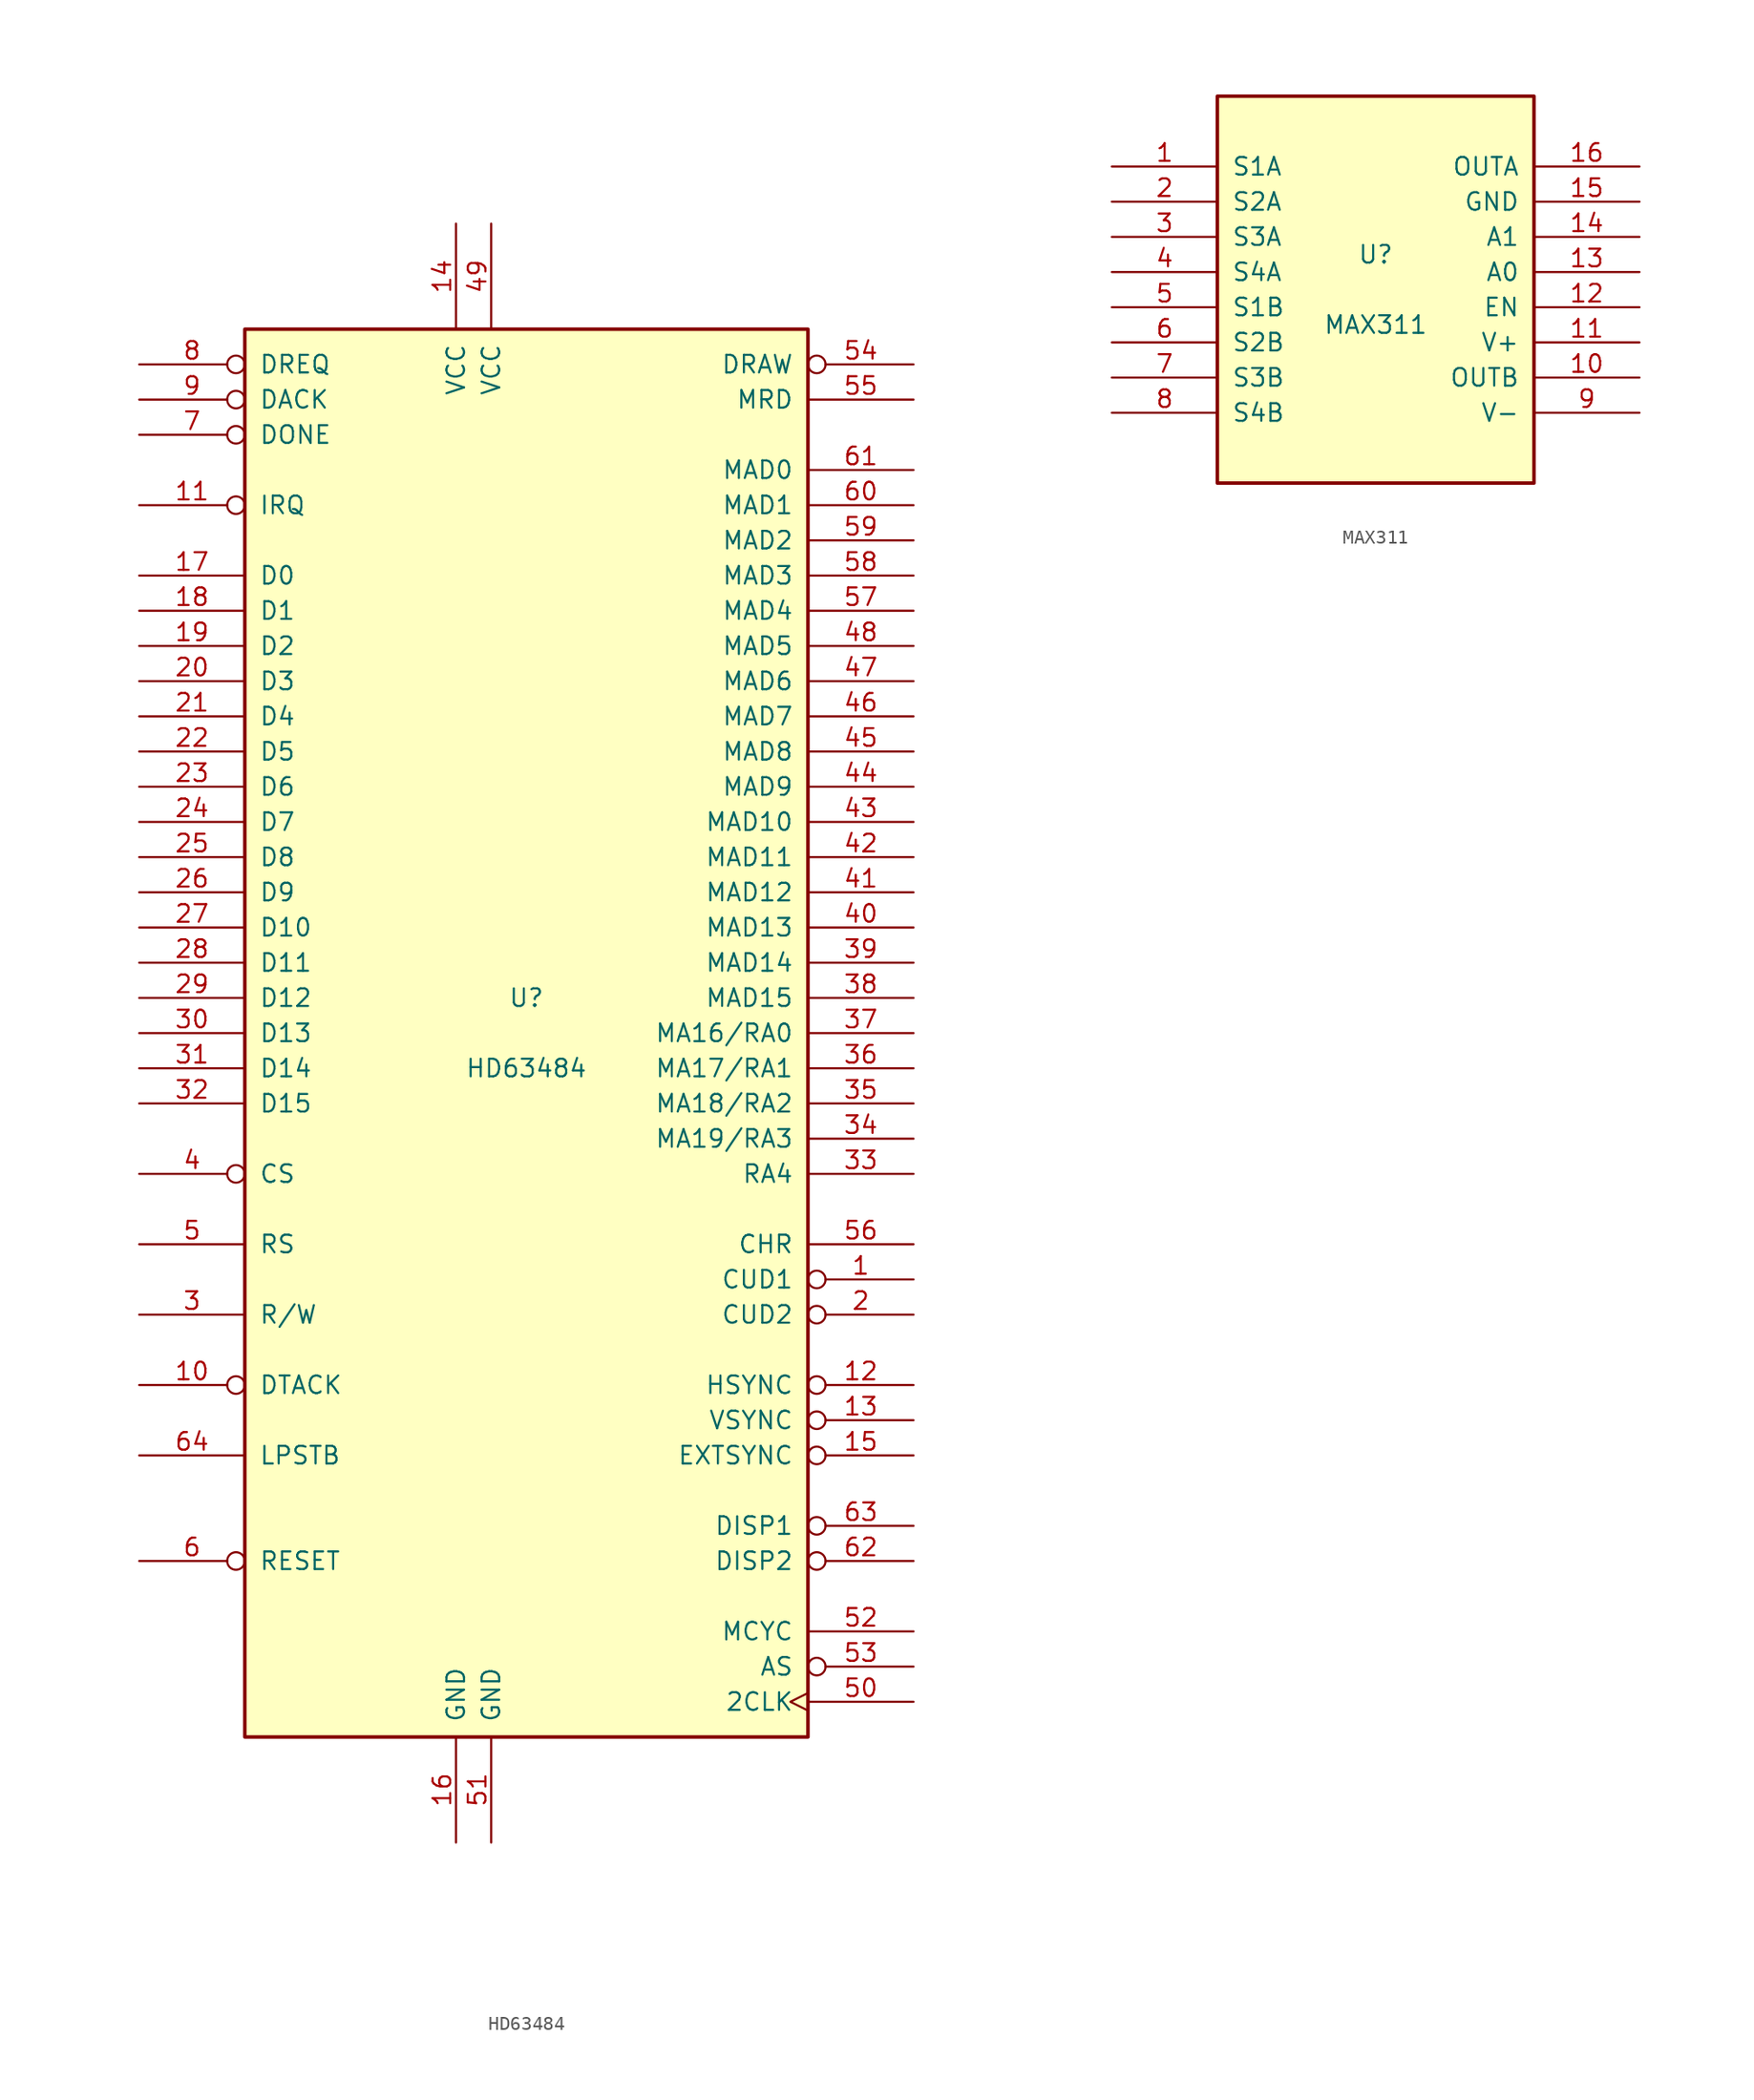
<source format=kicad_sym>
(kicad_symbol_lib
  (version 20201005)
  (generator kicad_symbol_editor)
  (symbol "HD63484"
    (pin_names
      (offset 1.016))
    (property "Reference" "U"
      (at 0 2.54 0)
      (effects (font (size 1.27 1.27))))
    (property "Value" "HD63484"
      (at 0 -2.54 0)
      (effects (font (size 1.27 1.27))))
    (symbol "HD63484_0_1"
      (rectangle (start -20.32 -50.8) (end 20.32 50.8) (stroke (width 0.254)) (fill (type background))))
    (symbol "HD63484_1_1"
      (pin output inverted (at 27.94 -17.78 180) (length 7.62) (name "CUD1" (effects (font (size 1.27 1.27)))) (number "1" (effects (font (size 1.27 1.27)))))
      (pin output inverted (at -27.94 -25.4 0) (length 7.62) (name "DTACK" (effects (font (size 1.27 1.27)))) (number "10" (effects (font (size 1.27 1.27)))))
      (pin output inverted (at -27.94 38.1 0) (length 7.62) (name "IRQ" (effects (font (size 1.27 1.27)))) (number "11" (effects (font (size 1.27 1.27)))))
      (pin output inverted (at 27.94 -25.4 180) (length 7.62) (name "HSYNC" (effects (font (size 1.27 1.27)))) (number "12" (effects (font (size 1.27 1.27)))))
      (pin output inverted (at 27.94 -27.94 180) (length 7.62) (name "VSYNC" (effects (font (size 1.27 1.27)))) (number "13" (effects (font (size 1.27 1.27)))))
      (pin input line (at -5.08 58.42 270) (length 7.62) (name "VCC" (effects (font (size 1.27 1.27)))) (number "14" (effects (font (size 1.27 1.27)))))
      (pin input inverted (at 27.94 -30.48 180) (length 7.62) (name "EXTSYNC" (effects (font (size 1.27 1.27)))) (number "15" (effects (font (size 1.27 1.27)))))
      (pin input line (at -5.08 -58.42 90) (length 7.62) (name "GND" (effects (font (size 1.27 1.27)))) (number "16" (effects (font (size 1.27 1.27)))))
      (pin tri_state line (at -27.94 33.02 0) (length 7.62) (name "D0" (effects (font (size 1.27 1.27)))) (number "17" (effects (font (size 1.27 1.27)))))
      (pin tri_state line (at -27.94 30.48 0) (length 7.62) (name "D1" (effects (font (size 1.27 1.27)))) (number "18" (effects (font (size 1.27 1.27)))))
      (pin tri_state line (at -27.94 27.94 0) (length 7.62) (name "D2" (effects (font (size 1.27 1.27)))) (number "19" (effects (font (size 1.27 1.27)))))
      (pin output inverted (at 27.94 -20.32 180) (length 7.62) (name "CUD2" (effects (font (size 1.27 1.27)))) (number "2" (effects (font (size 1.27 1.27)))))
      (pin tri_state line (at -27.94 25.4 0) (length 7.62) (name "D3" (effects (font (size 1.27 1.27)))) (number "20" (effects (font (size 1.27 1.27)))))
      (pin tri_state line (at -27.94 22.86 0) (length 7.62) (name "D4" (effects (font (size 1.27 1.27)))) (number "21" (effects (font (size 1.27 1.27)))))
      (pin tri_state line (at -27.94 20.32 0) (length 7.62) (name "D5" (effects (font (size 1.27 1.27)))) (number "22" (effects (font (size 1.27 1.27)))))
      (pin tri_state line (at -27.94 17.78 0) (length 7.62) (name "D6" (effects (font (size 1.27 1.27)))) (number "23" (effects (font (size 1.27 1.27)))))
      (pin tri_state line (at -27.94 15.24 0) (length 7.62) (name "D7" (effects (font (size 1.27 1.27)))) (number "24" (effects (font (size 1.27 1.27)))))
      (pin tri_state line (at -27.94 12.7 0) (length 7.62) (name "D8" (effects (font (size 1.27 1.27)))) (number "25" (effects (font (size 1.27 1.27)))))
      (pin tri_state line (at -27.94 10.16 0) (length 7.62) (name "D9" (effects (font (size 1.27 1.27)))) (number "26" (effects (font (size 1.27 1.27)))))
      (pin tri_state line (at -27.94 7.62 0) (length 7.62) (name "D10" (effects (font (size 1.27 1.27)))) (number "27" (effects (font (size 1.27 1.27)))))
      (pin tri_state line (at -27.94 5.08 0) (length 7.62) (name "D11" (effects (font (size 1.27 1.27)))) (number "28" (effects (font (size 1.27 1.27)))))
      (pin tri_state line (at -27.94 2.54 0) (length 7.62) (name "D12" (effects (font (size 1.27 1.27)))) (number "29" (effects (font (size 1.27 1.27)))))
      (pin input line (at -27.94 -20.32 0) (length 7.62) (name "R/W" (effects (font (size 1.27 1.27)))) (number "3" (effects (font (size 1.27 1.27)))))
      (pin tri_state line (at -27.94 0 0) (length 7.62) (name "D13" (effects (font (size 1.27 1.27)))) (number "30" (effects (font (size 1.27 1.27)))))
      (pin tri_state line (at -27.94 -2.54 0) (length 7.62) (name "D14" (effects (font (size 1.27 1.27)))) (number "31" (effects (font (size 1.27 1.27)))))
      (pin tri_state line (at -27.94 -5.08 0) (length 7.62) (name "D15" (effects (font (size 1.27 1.27)))) (number "32" (effects (font (size 1.27 1.27)))))
      (pin output line (at 27.94 -10.16 180) (length 7.62) (name "RA4" (effects (font (size 1.27 1.27)))) (number "33" (effects (font (size 1.27 1.27)))))
      (pin output line (at 27.94 -7.62 180) (length 7.62) (name "MA19/RA3" (effects (font (size 1.27 1.27)))) (number "34" (effects (font (size 1.27 1.27)))))
      (pin output line (at 27.94 -5.08 180) (length 7.62) (name "MA18/RA2" (effects (font (size 1.27 1.27)))) (number "35" (effects (font (size 1.27 1.27)))))
      (pin output line (at 27.94 -2.54 180) (length 7.62) (name "MA17/RA1" (effects (font (size 1.27 1.27)))) (number "36" (effects (font (size 1.27 1.27)))))
      (pin output line (at 27.94 0 180) (length 7.62) (name "MA16/RA0" (effects (font (size 1.27 1.27)))) (number "37" (effects (font (size 1.27 1.27)))))
      (pin tri_state line (at 27.94 2.54 180) (length 7.62) (name "MAD15" (effects (font (size 1.27 1.27)))) (number "38" (effects (font (size 1.27 1.27)))))
      (pin tri_state line (at 27.94 5.08 180) (length 7.62) (name "MAD14" (effects (font (size 1.27 1.27)))) (number "39" (effects (font (size 1.27 1.27)))))
      (pin input inverted (at -27.94 -10.16 0) (length 7.62) (name "CS" (effects (font (size 1.27 1.27)))) (number "4" (effects (font (size 1.27 1.27)))))
      (pin tri_state line (at 27.94 7.62 180) (length 7.62) (name "MAD13" (effects (font (size 1.27 1.27)))) (number "40" (effects (font (size 1.27 1.27)))))
      (pin tri_state line (at 27.94 10.16 180) (length 7.62) (name "MAD12" (effects (font (size 1.27 1.27)))) (number "41" (effects (font (size 1.27 1.27)))))
      (pin tri_state line (at 27.94 12.7 180) (length 7.62) (name "MAD11" (effects (font (size 1.27 1.27)))) (number "42" (effects (font (size 1.27 1.27)))))
      (pin tri_state line (at 27.94 15.24 180) (length 7.62) (name "MAD10" (effects (font (size 1.27 1.27)))) (number "43" (effects (font (size 1.27 1.27)))))
      (pin tri_state line (at 27.94 17.78 180) (length 7.62) (name "MAD9" (effects (font (size 1.27 1.27)))) (number "44" (effects (font (size 1.27 1.27)))))
      (pin tri_state line (at 27.94 20.32 180) (length 7.62) (name "MAD8" (effects (font (size 1.27 1.27)))) (number "45" (effects (font (size 1.27 1.27)))))
      (pin tri_state line (at 27.94 22.86 180) (length 7.62) (name "MAD7" (effects (font (size 1.27 1.27)))) (number "46" (effects (font (size 1.27 1.27)))))
      (pin tri_state line (at 27.94 25.4 180) (length 7.62) (name "MAD6" (effects (font (size 1.27 1.27)))) (number "47" (effects (font (size 1.27 1.27)))))
      (pin tri_state line (at 27.94 27.94 180) (length 7.62) (name "MAD5" (effects (font (size 1.27 1.27)))) (number "48" (effects (font (size 1.27 1.27)))))
      (pin input line (at -2.54 58.42 270) (length 7.62) (name "VCC" (effects (font (size 1.27 1.27)))) (number "49" (effects (font (size 1.27 1.27)))))
      (pin input line (at -27.94 -15.24 0) (length 7.62) (name "RS" (effects (font (size 1.27 1.27)))) (number "5" (effects (font (size 1.27 1.27)))))
      (pin input clock (at 27.94 -48.26 180) (length 7.62) (name "2CLK" (effects (font (size 1.27 1.27)))) (number "50" (effects (font (size 1.27 1.27)))))
      (pin input line (at -2.54 -58.42 90) (length 7.62) (name "GND" (effects (font (size 1.27 1.27)))) (number "51" (effects (font (size 1.27 1.27)))))
      (pin output line (at 27.94 -43.18 180) (length 7.62) (name "MCYC" (effects (font (size 1.27 1.27)))) (number "52" (effects (font (size 1.27 1.27)))))
      (pin output inverted (at 27.94 -45.72 180) (length 7.62) (name "AS" (effects (font (size 1.27 1.27)))) (number "53" (effects (font (size 1.27 1.27)))))
      (pin output inverted (at 27.94 48.26 180) (length 7.62) (name "DRAW" (effects (font (size 1.27 1.27)))) (number "54" (effects (font (size 1.27 1.27)))))
      (pin output line (at 27.94 45.72 180) (length 7.62) (name "MRD" (effects (font (size 1.27 1.27)))) (number "55" (effects (font (size 1.27 1.27)))))
      (pin output line (at 27.94 -15.24 180) (length 7.62) (name "CHR" (effects (font (size 1.27 1.27)))) (number "56" (effects (font (size 1.27 1.27)))))
      (pin tri_state line (at 27.94 30.48 180) (length 7.62) (name "MAD4" (effects (font (size 1.27 1.27)))) (number "57" (effects (font (size 1.27 1.27)))))
      (pin tri_state line (at 27.94 33.02 180) (length 7.62) (name "MAD3" (effects (font (size 1.27 1.27)))) (number "58" (effects (font (size 1.27 1.27)))))
      (pin tri_state line (at 27.94 35.56 180) (length 7.62) (name "MAD2" (effects (font (size 1.27 1.27)))) (number "59" (effects (font (size 1.27 1.27)))))
      (pin input inverted (at -27.94 -38.1 0) (length 7.62) (name "RESET" (effects (font (size 1.27 1.27)))) (number "6" (effects (font (size 1.27 1.27)))))
      (pin tri_state line (at 27.94 38.1 180) (length 7.62) (name "MAD1" (effects (font (size 1.27 1.27)))) (number "60" (effects (font (size 1.27 1.27)))))
      (pin tri_state line (at 27.94 40.64 180) (length 7.62) (name "MAD0" (effects (font (size 1.27 1.27)))) (number "61" (effects (font (size 1.27 1.27)))))
      (pin output inverted (at 27.94 -38.1 180) (length 7.62) (name "DISP2" (effects (font (size 1.27 1.27)))) (number "62" (effects (font (size 1.27 1.27)))))
      (pin output inverted (at 27.94 -35.56 180) (length 7.62) (name "DISP1" (effects (font (size 1.27 1.27)))) (number "63" (effects (font (size 1.27 1.27)))))
      (pin input line (at -27.94 -30.48 0) (length 7.62) (name "LPSTB" (effects (font (size 1.27 1.27)))) (number "64" (effects (font (size 1.27 1.27)))))
      (pin input inverted (at -27.94 43.18 0) (length 7.62) (name "DONE" (effects (font (size 1.27 1.27)))) (number "7" (effects (font (size 1.27 1.27)))))
      (pin output inverted (at -27.94 48.26 0) (length 7.62) (name "DREQ" (effects (font (size 1.27 1.27)))) (number "8" (effects (font (size 1.27 1.27)))))
      (pin input inverted (at -27.94 45.72 0) (length 7.62) (name "DACK" (effects (font (size 1.27 1.27)))) (number "9" (effects (font (size 1.27 1.27)))))))
  (symbol "MAX311"
    (pin_names
      (offset 1.016))
    (property "Reference" "U"
      (at 0 2.54 0)
      (effects (font (size 1.27 1.27))))
    (property "Value" "MAX311"
      (at 0 -2.54 0)
      (effects (font (size 1.27 1.27))))
    (symbol "MAX311_0_1"
      (rectangle (start -11.43 -13.97) (end 11.43 13.97) (stroke (width 0.254)) (fill (type background))))
    (symbol "MAX311_1_1"
      (pin input line (at -19.05 8.89 0) (length 7.62) (name "S1A" (effects (font (size 1.27 1.27)))) (number "1" (effects (font (size 1.27 1.27)))))
      (pin input line (at 19.05 -6.35 180) (length 7.62) (name "OUTB" (effects (font (size 1.27 1.27)))) (number "10" (effects (font (size 1.27 1.27)))))
      (pin input line (at 19.05 -3.81 180) (length 7.62) (name "V+" (effects (font (size 1.27 1.27)))) (number "11" (effects (font (size 1.27 1.27)))))
      (pin input line (at 19.05 -1.27 180) (length 7.62) (name "EN" (effects (font (size 1.27 1.27)))) (number "12" (effects (font (size 1.27 1.27)))))
      (pin input line (at 19.05 1.27 180) (length 7.62) (name "A0" (effects (font (size 1.27 1.27)))) (number "13" (effects (font (size 1.27 1.27)))))
      (pin input line (at 19.05 3.81 180) (length 7.62) (name "A1" (effects (font (size 1.27 1.27)))) (number "14" (effects (font (size 1.27 1.27)))))
      (pin input line (at 19.05 6.35 180) (length 7.62) (name "GND" (effects (font (size 1.27 1.27)))) (number "15" (effects (font (size 1.27 1.27)))))
      (pin output line (at 19.05 8.89 180) (length 7.62) (name "OUTA" (effects (font (size 1.27 1.27)))) (number "16" (effects (font (size 1.27 1.27)))))
      (pin input line (at -19.05 6.35 0) (length 7.62) (name "S2A" (effects (font (size 1.27 1.27)))) (number "2" (effects (font (size 1.27 1.27)))))
      (pin input line (at -19.05 3.81 0) (length 7.62) (name "S3A" (effects (font (size 1.27 1.27)))) (number "3" (effects (font (size 1.27 1.27)))))
      (pin input line (at -19.05 1.27 0) (length 7.62) (name "S4A" (effects (font (size 1.27 1.27)))) (number "4" (effects (font (size 1.27 1.27)))))
      (pin input line (at -19.05 -1.27 0) (length 7.62) (name "S1B" (effects (font (size 1.27 1.27)))) (number "5" (effects (font (size 1.27 1.27)))))
      (pin input line (at -19.05 -3.81 0) (length 7.62) (name "S2B" (effects (font (size 1.27 1.27)))) (number "6" (effects (font (size 1.27 1.27)))))
      (pin input line (at -19.05 -6.35 0) (length 7.62) (name "S3B" (effects (font (size 1.27 1.27)))) (number "7" (effects (font (size 1.27 1.27)))))
      (pin input line (at -19.05 -8.89 0) (length 7.62) (name "S4B" (effects (font (size 1.27 1.27)))) (number "8" (effects (font (size 1.27 1.27)))))
      (pin input line (at 19.05 -8.89 180) (length 7.62) (name "V-" (effects (font (size 1.27 1.27)))) (number "9" (effects (font (size 1.27 1.27))))))))
</source>
